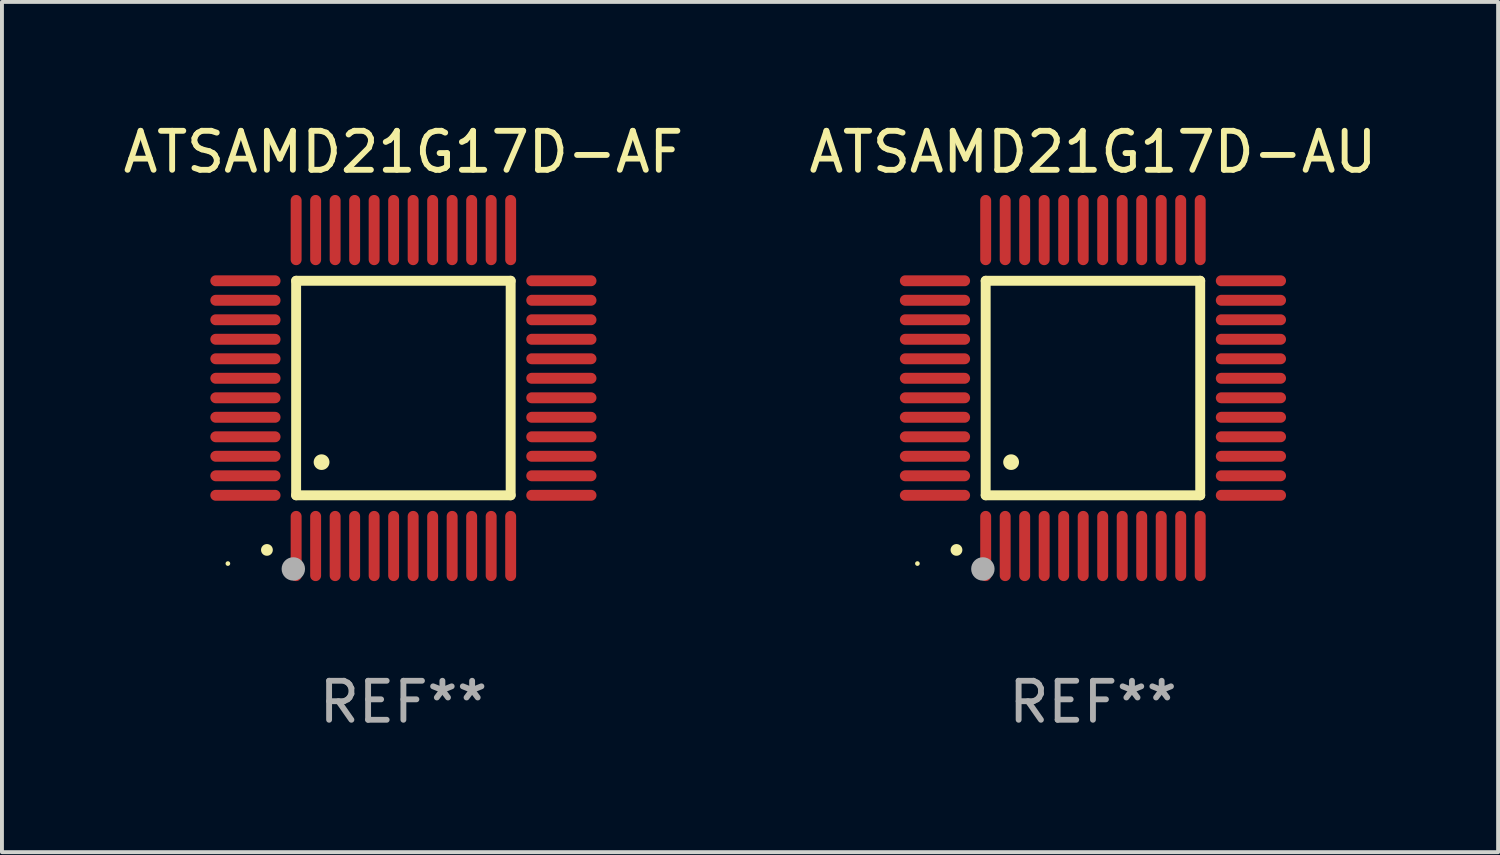
<source format=kicad_pcb>
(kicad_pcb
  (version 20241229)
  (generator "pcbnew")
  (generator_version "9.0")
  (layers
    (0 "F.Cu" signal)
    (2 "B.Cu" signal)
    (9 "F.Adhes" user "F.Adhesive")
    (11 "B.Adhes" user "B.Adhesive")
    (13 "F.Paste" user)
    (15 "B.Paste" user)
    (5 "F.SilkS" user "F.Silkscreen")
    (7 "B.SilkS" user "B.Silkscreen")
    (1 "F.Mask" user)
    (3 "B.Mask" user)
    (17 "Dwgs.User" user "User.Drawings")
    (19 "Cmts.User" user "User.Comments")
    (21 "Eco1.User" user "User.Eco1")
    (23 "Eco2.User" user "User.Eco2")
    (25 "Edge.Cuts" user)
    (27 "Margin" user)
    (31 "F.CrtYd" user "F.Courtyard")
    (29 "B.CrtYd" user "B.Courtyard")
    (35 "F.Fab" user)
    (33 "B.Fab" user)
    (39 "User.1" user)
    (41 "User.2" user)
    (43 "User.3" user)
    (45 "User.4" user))
  (footprint "ATSAMD21G17D-AF"
    (layer "F.Cu")
    (at 7.292 6.898)
    (property "Reference" "ATSAMD21G17D-AF" (at 0 -6.05 0) (layer "F.SilkS") (effects (font (size 1 1) (thickness 0.15))))
    (attr through_hole)
    (fp_line (start -2.75 -2.75) (end 2.75 -2.75) (stroke (width 0.254) (type solid)) (layer "F.SilkS"))
    (fp_line (start -2.75 2.75) (end -2.75 -2.75) (stroke (width 0.254) (type solid)) (layer "F.SilkS"))
    (fp_line (start 2.75 -2.75) (end 2.75 2.75) (stroke (width 0.254) (type solid)) (layer "F.SilkS"))
    (fp_line (start 2.75 2.75) (end -2.75 2.75) (stroke (width 0.254) (type solid)) (layer "F.SilkS"))
    (fp_arc (start -3.500127 4.150368) (mid -3.498857 4.150363) (end -3.497587 4.150368) (stroke (width 0.3) (type solid)) (layer "F.SilkS"))
    (fp_arc (start -2.100584 1.899924) (mid -2.098044 1.899908) (end -2.095504 1.899924) (stroke (width 0.4) (type solid)) (layer "F.SilkS"))
    (fp_circle (center -4.5 4.5) (end -4.47 4.5) (stroke (width 0.06) (type solid)) (fill no) (layer "F.SilkS"))
    (fp_circle (center -2.822 4.638) (end -2.672 4.638) (stroke (width 0.3) (type solid)) (fill no) (layer "F.Fab"))
    (fp_text user "REF**" (at 0 8.05 0) (layer "F.Fab") (effects (font (size 1 1) (thickness 0.15))))
    (pad "1" smd oval (at -2.75 4.05) (size 0.28 1.8) (layers "F.Cu" "F.Mask" "F.Paste"))
    (pad "2" smd oval (at -2.25 4.05) (size 0.28 1.8) (layers "F.Cu" "F.Mask" "F.Paste"))
    (pad "3" smd oval (at -1.75 4.05) (size 0.28 1.8) (layers "F.Cu" "F.Mask" "F.Paste"))
    (pad "4" smd oval (at -1.25 4.05) (size 0.28 1.8) (layers "F.Cu" "F.Mask" "F.Paste"))
    (pad "5" smd oval (at -0.75 4.05) (size 0.28 1.8) (layers "F.Cu" "F.Mask" "F.Paste"))
    (pad "6" smd oval (at -0.25 4.05) (size 0.28 1.8) (layers "F.Cu" "F.Mask" "F.Paste"))
    (pad "7" smd oval (at 0.25 4.05) (size 0.28 1.8) (layers "F.Cu" "F.Mask" "F.Paste"))
    (pad "8" smd oval (at 0.75 4.05) (size 0.28 1.8) (layers "F.Cu" "F.Mask" "F.Paste"))
    (pad "9" smd oval (at 1.25 4.05) (size 0.28 1.8) (layers "F.Cu" "F.Mask" "F.Paste"))
    (pad "10" smd oval (at 1.75 4.05) (size 0.28 1.8) (layers "F.Cu" "F.Mask" "F.Paste"))
    (pad "11" smd oval (at 2.25 4.05) (size 0.28 1.8) (layers "F.Cu" "F.Mask" "F.Paste"))
    (pad "12" smd oval (at 2.75 4.05) (size 0.28 1.8) (layers "F.Cu" "F.Mask" "F.Paste"))
    (pad "13" smd oval (at 4.05 2.75) (size 1.8 0.28) (layers "F.Cu" "F.Mask" "F.Paste"))
    (pad "14" smd oval (at 4.05 2.25) (size 1.8 0.28) (layers "F.Cu" "F.Mask" "F.Paste"))
    (pad "15" smd oval (at 4.05 1.75) (size 1.8 0.28) (layers "F.Cu" "F.Mask" "F.Paste"))
    (pad "16" smd oval (at 4.05 1.25) (size 1.8 0.28) (layers "F.Cu" "F.Mask" "F.Paste"))
    (pad "17" smd oval (at 4.05 0.75) (size 1.8 0.28) (layers "F.Cu" "F.Mask" "F.Paste"))
    (pad "18" smd oval (at 4.05 0.25) (size 1.8 0.28) (layers "F.Cu" "F.Mask" "F.Paste"))
    (pad "19" smd oval (at 4.05 -0.25) (size 1.8 0.28) (layers "F.Cu" "F.Mask" "F.Paste"))
    (pad "20" smd oval (at 4.05 -0.75) (size 1.8 0.28) (layers "F.Cu" "F.Mask" "F.Paste"))
    (pad "21" smd oval (at 4.05 -1.25) (size 1.8 0.28) (layers "F.Cu" "F.Mask" "F.Paste"))
    (pad "22" smd oval (at 4.05 -1.75) (size 1.8 0.28) (layers "F.Cu" "F.Mask" "F.Paste"))
    (pad "23" smd oval (at 4.05 -2.25) (size 1.8 0.28) (layers "F.Cu" "F.Mask" "F.Paste"))
    (pad "24" smd oval (at 4.05 -2.75) (size 1.8 0.28) (layers "F.Cu" "F.Mask" "F.Paste"))
    (pad "25" smd oval (at 2.75 -4.05) (size 0.28 1.8) (layers "F.Cu" "F.Mask" "F.Paste"))
    (pad "26" smd oval (at 2.25 -4.05) (size 0.28 1.8) (layers "F.Cu" "F.Mask" "F.Paste"))
    (pad "27" smd oval (at 1.75 -4.05) (size 0.28 1.8) (layers "F.Cu" "F.Mask" "F.Paste"))
    (pad "28" smd oval (at 1.25 -4.05) (size 0.28 1.8) (layers "F.Cu" "F.Mask" "F.Paste"))
    (pad "29" smd oval (at 0.75 -4.05) (size 0.28 1.8) (layers "F.Cu" "F.Mask" "F.Paste"))
    (pad "30" smd oval (at 0.25 -4.05) (size 0.28 1.8) (layers "F.Cu" "F.Mask" "F.Paste"))
    (pad "31" smd oval (at -0.25 -4.05) (size 0.28 1.8) (layers "F.Cu" "F.Mask" "F.Paste"))
    (pad "32" smd oval (at -0.75 -4.05) (size 0.28 1.8) (layers "F.Cu" "F.Mask" "F.Paste"))
    (pad "33" smd oval (at -1.25 -4.05) (size 0.28 1.8) (layers "F.Cu" "F.Mask" "F.Paste"))
    (pad "34" smd oval (at -1.75 -4.05) (size 0.28 1.8) (layers "F.Cu" "F.Mask" "F.Paste"))
    (pad "35" smd oval (at -2.25 -4.05) (size 0.28 1.8) (layers "F.Cu" "F.Mask" "F.Paste"))
    (pad "36" smd oval (at -2.75 -4.05) (size 0.28 1.8) (layers "F.Cu" "F.Mask" "F.Paste"))
    (pad "37" smd oval (at -4.05 -2.75) (size 1.8 0.28) (layers "F.Cu" "F.Mask" "F.Paste"))
    (pad "38" smd oval (at -4.05 -2.25) (size 1.8 0.28) (layers "F.Cu" "F.Mask" "F.Paste"))
    (pad "39" smd oval (at -4.05 -1.75) (size 1.8 0.28) (layers "F.Cu" "F.Mask" "F.Paste"))
    (pad "40" smd oval (at -4.05 -1.25) (size 1.8 0.28) (layers "F.Cu" "F.Mask" "F.Paste"))
    (pad "41" smd oval (at -4.05 -0.75) (size 1.8 0.28) (layers "F.Cu" "F.Mask" "F.Paste"))
    (pad "42" smd oval (at -4.05 -0.25) (size 1.8 0.28) (layers "F.Cu" "F.Mask" "F.Paste"))
    (pad "43" smd oval (at -4.05 0.25) (size 1.8 0.28) (layers "F.Cu" "F.Mask" "F.Paste"))
    (pad "44" smd oval (at -4.05 0.75) (size 1.8 0.28) (layers "F.Cu" "F.Mask" "F.Paste"))
    (pad "45" smd oval (at -4.05 1.25) (size 1.8 0.28) (layers "F.Cu" "F.Mask" "F.Paste"))
    (pad "46" smd oval (at -4.05 1.75) (size 1.8 0.28) (layers "F.Cu" "F.Mask" "F.Paste"))
    (pad "47" smd oval (at -4.05 2.25) (size 1.8 0.28) (layers "F.Cu" "F.Mask" "F.Paste"))
    (pad "48" smd oval (at -4.05 2.75) (size 1.8 0.28) (layers "F.Cu" "F.Mask" "F.Paste")))
  (footprint "ATSAMD21G17D-AU"
    (layer "F.Cu")
    (at 24.97 6.898)
    (property "Reference" "ATSAMD21G17D-AU" (at 0 -6.05 0) (layer "F.SilkS") (effects (font (size 1 1) (thickness 0.15))))
    (attr through_hole)
    (fp_line (start -2.75 -2.75) (end 2.75 -2.75) (stroke (width 0.254) (type solid)) (layer "F.SilkS"))
    (fp_line (start -2.75 2.75) (end -2.75 -2.75) (stroke (width 0.254) (type solid)) (layer "F.SilkS"))
    (fp_line (start 2.75 -2.75) (end 2.75 2.75) (stroke (width 0.254) (type solid)) (layer "F.SilkS"))
    (fp_line (start 2.75 2.75) (end -2.75 2.75) (stroke (width 0.254) (type solid)) (layer "F.SilkS"))
    (fp_arc (start -3.500127 4.150368) (mid -3.498857 4.150363) (end -3.497587 4.150368) (stroke (width 0.3) (type solid)) (layer "F.SilkS"))
    (fp_arc (start -2.100584 1.899924) (mid -2.098044 1.899908) (end -2.095504 1.899924) (stroke (width 0.4) (type solid)) (layer "F.SilkS"))
    (fp_circle (center -4.5 4.5) (end -4.47 4.5) (stroke (width 0.06) (type solid)) (fill no) (layer "F.SilkS"))
    (fp_circle (center -2.822 4.638) (end -2.672 4.638) (stroke (width 0.3) (type solid)) (fill no) (layer "F.Fab"))
    (fp_text user "REF**" (at 0 8.05 0) (layer "F.Fab") (effects (font (size 1 1) (thickness 0.15))))
    (pad "1" smd oval (at -2.75 4.05) (size 0.28 1.8) (layers "F.Cu" "F.Mask" "F.Paste"))
    (pad "2" smd oval (at -2.25 4.05) (size 0.28 1.8) (layers "F.Cu" "F.Mask" "F.Paste"))
    (pad "3" smd oval (at -1.75 4.05) (size 0.28 1.8) (layers "F.Cu" "F.Mask" "F.Paste"))
    (pad "4" smd oval (at -1.25 4.05) (size 0.28 1.8) (layers "F.Cu" "F.Mask" "F.Paste"))
    (pad "5" smd oval (at -0.75 4.05) (size 0.28 1.8) (layers "F.Cu" "F.Mask" "F.Paste"))
    (pad "6" smd oval (at -0.25 4.05) (size 0.28 1.8) (layers "F.Cu" "F.Mask" "F.Paste"))
    (pad "7" smd oval (at 0.25 4.05) (size 0.28 1.8) (layers "F.Cu" "F.Mask" "F.Paste"))
    (pad "8" smd oval (at 0.75 4.05) (size 0.28 1.8) (layers "F.Cu" "F.Mask" "F.Paste"))
    (pad "9" smd oval (at 1.25 4.05) (size 0.28 1.8) (layers "F.Cu" "F.Mask" "F.Paste"))
    (pad "10" smd oval (at 1.75 4.05) (size 0.28 1.8) (layers "F.Cu" "F.Mask" "F.Paste"))
    (pad "11" smd oval (at 2.25 4.05) (size 0.28 1.8) (layers "F.Cu" "F.Mask" "F.Paste"))
    (pad "12" smd oval (at 2.75 4.05) (size 0.28 1.8) (layers "F.Cu" "F.Mask" "F.Paste"))
    (pad "13" smd oval (at 4.05 2.75) (size 1.8 0.28) (layers "F.Cu" "F.Mask" "F.Paste"))
    (pad "14" smd oval (at 4.05 2.25) (size 1.8 0.28) (layers "F.Cu" "F.Mask" "F.Paste"))
    (pad "15" smd oval (at 4.05 1.75) (size 1.8 0.28) (layers "F.Cu" "F.Mask" "F.Paste"))
    (pad "16" smd oval (at 4.05 1.25) (size 1.8 0.28) (layers "F.Cu" "F.Mask" "F.Paste"))
    (pad "17" smd oval (at 4.05 0.75) (size 1.8 0.28) (layers "F.Cu" "F.Mask" "F.Paste"))
    (pad "18" smd oval (at 4.05 0.25) (size 1.8 0.28) (layers "F.Cu" "F.Mask" "F.Paste"))
    (pad "19" smd oval (at 4.05 -0.25) (size 1.8 0.28) (layers "F.Cu" "F.Mask" "F.Paste"))
    (pad "20" smd oval (at 4.05 -0.75) (size 1.8 0.28) (layers "F.Cu" "F.Mask" "F.Paste"))
    (pad "21" smd oval (at 4.05 -1.25) (size 1.8 0.28) (layers "F.Cu" "F.Mask" "F.Paste"))
    (pad "22" smd oval (at 4.05 -1.75) (size 1.8 0.28) (layers "F.Cu" "F.Mask" "F.Paste"))
    (pad "23" smd oval (at 4.05 -2.25) (size 1.8 0.28) (layers "F.Cu" "F.Mask" "F.Paste"))
    (pad "24" smd oval (at 4.05 -2.75) (size 1.8 0.28) (layers "F.Cu" "F.Mask" "F.Paste"))
    (pad "25" smd oval (at 2.75 -4.05) (size 0.28 1.8) (layers "F.Cu" "F.Mask" "F.Paste"))
    (pad "26" smd oval (at 2.25 -4.05) (size 0.28 1.8) (layers "F.Cu" "F.Mask" "F.Paste"))
    (pad "27" smd oval (at 1.75 -4.05) (size 0.28 1.8) (layers "F.Cu" "F.Mask" "F.Paste"))
    (pad "28" smd oval (at 1.25 -4.05) (size 0.28 1.8) (layers "F.Cu" "F.Mask" "F.Paste"))
    (pad "29" smd oval (at 0.75 -4.05) (size 0.28 1.8) (layers "F.Cu" "F.Mask" "F.Paste"))
    (pad "30" smd oval (at 0.25 -4.05) (size 0.28 1.8) (layers "F.Cu" "F.Mask" "F.Paste"))
    (pad "31" smd oval (at -0.25 -4.05) (size 0.28 1.8) (layers "F.Cu" "F.Mask" "F.Paste"))
    (pad "32" smd oval (at -0.75 -4.05) (size 0.28 1.8) (layers "F.Cu" "F.Mask" "F.Paste"))
    (pad "33" smd oval (at -1.25 -4.05) (size 0.28 1.8) (layers "F.Cu" "F.Mask" "F.Paste"))
    (pad "34" smd oval (at -1.75 -4.05) (size 0.28 1.8) (layers "F.Cu" "F.Mask" "F.Paste"))
    (pad "35" smd oval (at -2.25 -4.05) (size 0.28 1.8) (layers "F.Cu" "F.Mask" "F.Paste"))
    (pad "36" smd oval (at -2.75 -4.05) (size 0.28 1.8) (layers "F.Cu" "F.Mask" "F.Paste"))
    (pad "37" smd oval (at -4.05 -2.75) (size 1.8 0.28) (layers "F.Cu" "F.Mask" "F.Paste"))
    (pad "38" smd oval (at -4.05 -2.25) (size 1.8 0.28) (layers "F.Cu" "F.Mask" "F.Paste"))
    (pad "39" smd oval (at -4.05 -1.75) (size 1.8 0.28) (layers "F.Cu" "F.Mask" "F.Paste"))
    (pad "40" smd oval (at -4.05 -1.25) (size 1.8 0.28) (layers "F.Cu" "F.Mask" "F.Paste"))
    (pad "41" smd oval (at -4.05 -0.75) (size 1.8 0.28) (layers "F.Cu" "F.Mask" "F.Paste"))
    (pad "42" smd oval (at -4.05 -0.25) (size 1.8 0.28) (layers "F.Cu" "F.Mask" "F.Paste"))
    (pad "43" smd oval (at -4.05 0.25) (size 1.8 0.28) (layers "F.Cu" "F.Mask" "F.Paste"))
    (pad "44" smd oval (at -4.05 0.75) (size 1.8 0.28) (layers "F.Cu" "F.Mask" "F.Paste"))
    (pad "45" smd oval (at -4.05 1.25) (size 1.8 0.28) (layers "F.Cu" "F.Mask" "F.Paste"))
    (pad "46" smd oval (at -4.05 1.75) (size 1.8 0.28) (layers "F.Cu" "F.Mask" "F.Paste"))
    (pad "47" smd oval (at -4.05 2.25) (size 1.8 0.28) (layers "F.Cu" "F.Mask" "F.Paste"))
    (pad "48" smd oval (at -4.05 2.75) (size 1.8 0.28) (layers "F.Cu" "F.Mask" "F.Paste")))
  (gr_rect
    (start -3 -3)
    (end 35.357 18.797)
    (stroke (width 0.1) (type default))
    (fill no)
    (layer "Edge.Cuts")))
</source>
